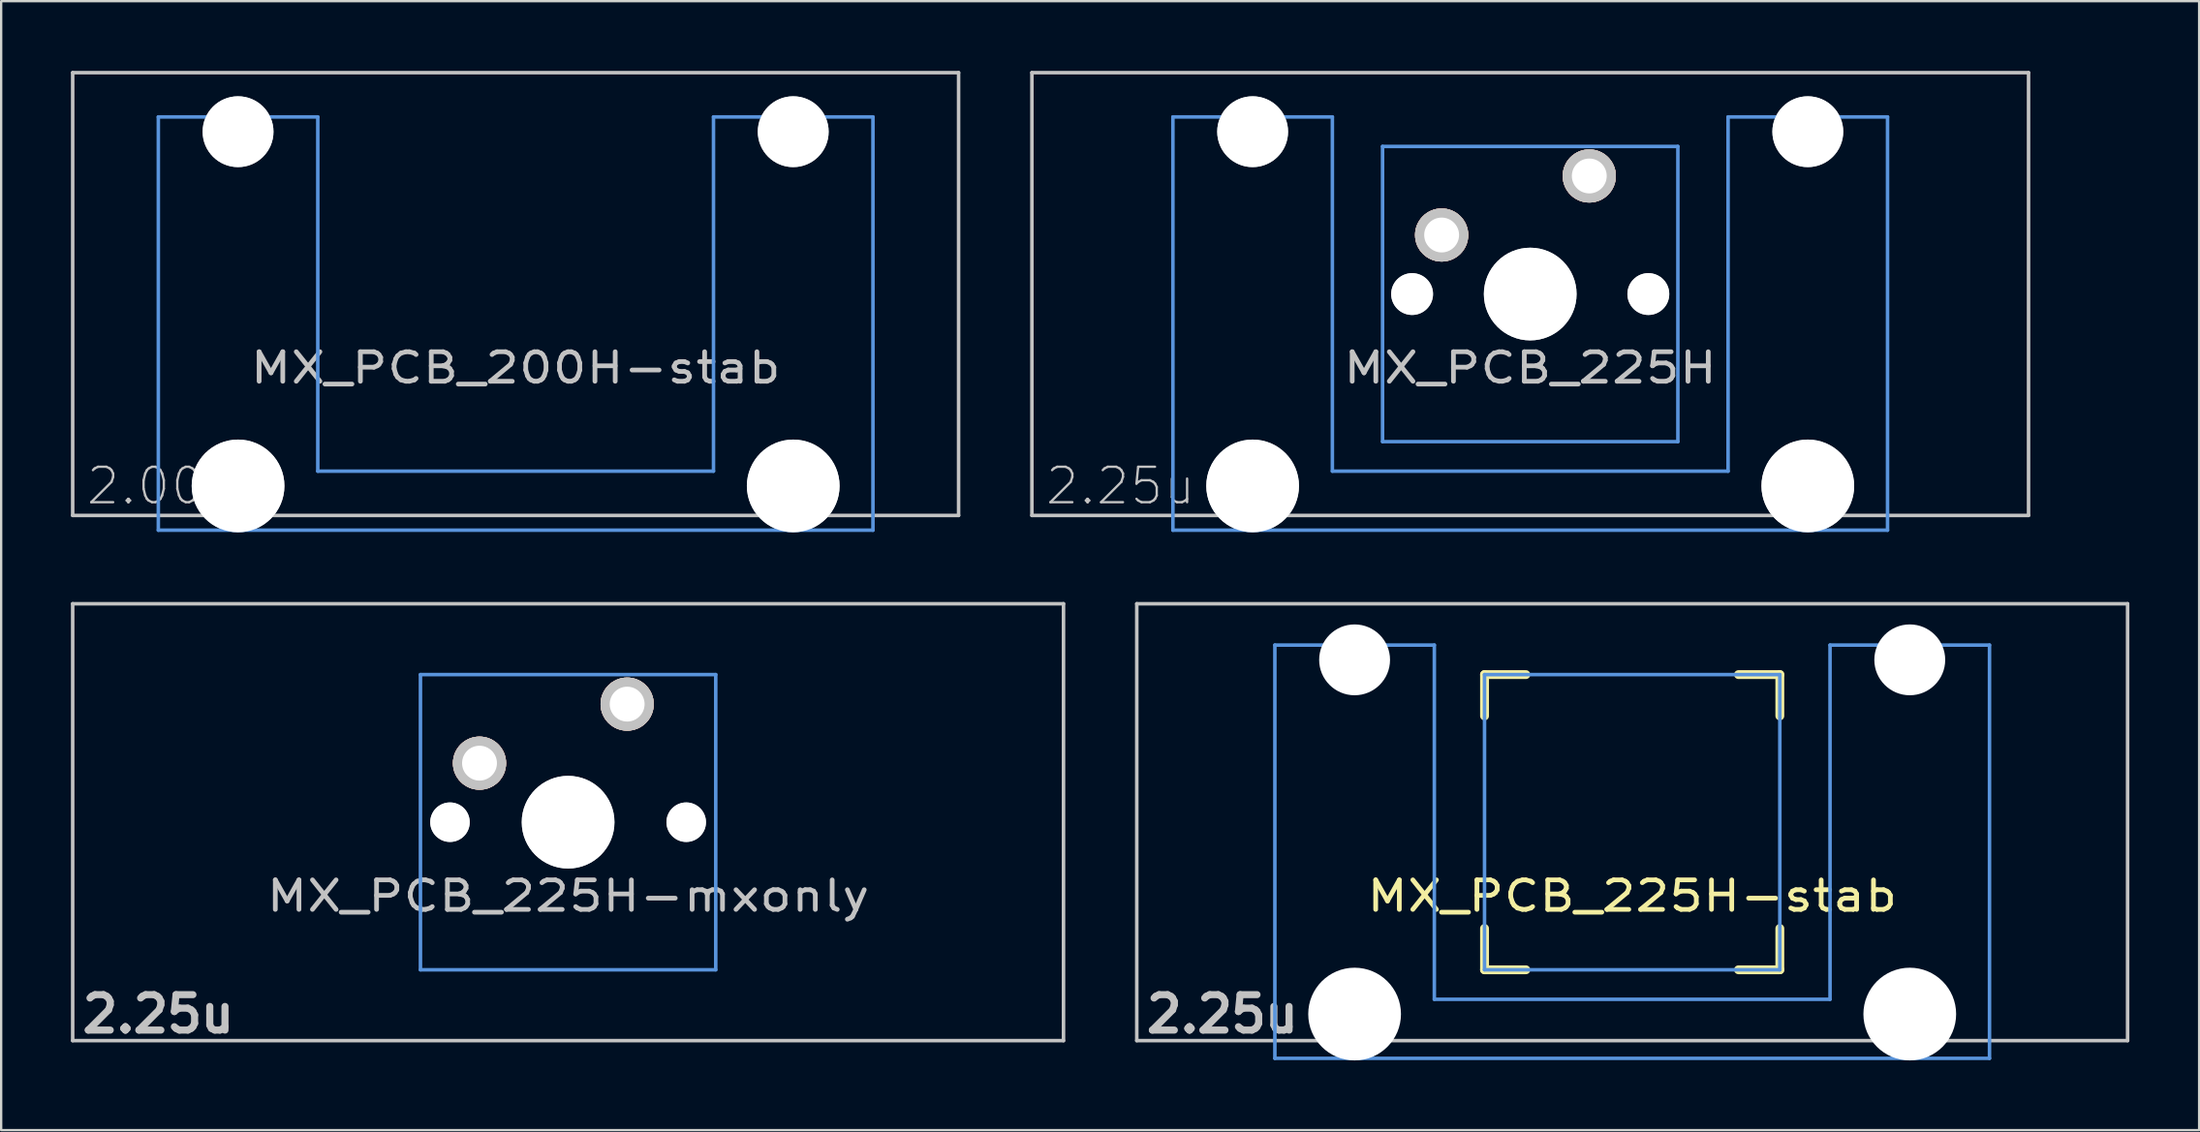
<source format=kicad_pcb>
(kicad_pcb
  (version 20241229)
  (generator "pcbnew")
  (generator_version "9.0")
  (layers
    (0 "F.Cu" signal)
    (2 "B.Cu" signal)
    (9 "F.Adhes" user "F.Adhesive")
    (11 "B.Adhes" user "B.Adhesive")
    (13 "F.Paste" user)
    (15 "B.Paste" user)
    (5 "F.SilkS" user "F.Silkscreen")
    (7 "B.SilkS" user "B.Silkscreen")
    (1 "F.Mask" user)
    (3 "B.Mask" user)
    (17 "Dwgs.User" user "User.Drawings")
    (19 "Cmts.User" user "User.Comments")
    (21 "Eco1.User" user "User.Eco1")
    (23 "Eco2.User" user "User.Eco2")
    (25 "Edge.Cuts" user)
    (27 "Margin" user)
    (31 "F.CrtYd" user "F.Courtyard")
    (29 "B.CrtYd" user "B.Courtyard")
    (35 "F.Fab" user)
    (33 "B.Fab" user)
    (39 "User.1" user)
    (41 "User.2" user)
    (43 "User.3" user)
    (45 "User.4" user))
  (footprint "MX_PCB_225H-mxonly"
    (layer "F.Cu")
    (at 21.382 32.324)
    (property "Reference" "MX_PCB_225H-mxonly" (at 0 3.175 0) (layer "Dwgs.User") (effects (font (size 1.27 1.524) (thickness 0.203))))
    (attr through_hole)
    (fp_line (start -21.306 -9.398) (end 21.306 -9.398) (stroke (width 0.152) (type solid)) (layer "Dwgs.User"))
    (fp_line (start -21.306 9.398) (end -21.306 -9.398) (stroke (width 0.152) (type solid)) (layer "Dwgs.User"))
    (fp_line (start 21.306 -9.398) (end 21.306 9.398) (stroke (width 0.152) (type solid)) (layer "Dwgs.User"))
    (fp_line (start 21.306 9.398) (end -21.306 9.398) (stroke (width 0.152) (type solid)) (layer "Dwgs.User"))
    (fp_line (start -6.35 -6.35) (end 6.35 -6.35) (stroke (width 0.152) (type solid)) (layer "Cmts.User"))
    (fp_line (start -6.35 6.35) (end -6.35 -6.35) (stroke (width 0.152) (type solid)) (layer "Cmts.User"))
    (fp_line (start 6.35 -6.35) (end 6.35 6.35) (stroke (width 0.152) (type solid)) (layer "Cmts.User"))
    (fp_line (start 6.35 6.35) (end -6.35 6.35) (stroke (width 0.152) (type solid)) (layer "Cmts.User"))
    (fp_text user "2.25u" (at -17.623 8.255 0) (layer "Dwgs.User") (effects (font (size 1.524 1.524) (thickness 0.305))))
    (pad "" np_thru_hole circle (at -5.08 0) (size 1.7 1.7) (drill 1.7) (layers "*.Cu" "Dwgs.User"))
    (pad "" np_thru_hole circle (at 0 0) (size 3.988 3.988) (drill 3.988) (layers "*.Cu" "Dwgs.User"))
    (pad "" np_thru_hole circle (at 5.08 0) (size 1.7 1.7) (drill 1.7) (layers "*.Cu" "Dwgs.User"))
    (pad "1" thru_hole circle (at 2.54 -5.08) (size 2.286 2.286) (drill 1.499) (layers "*.Cu" "*.SilkS" "*.Mask" "Dwgs.User"))
    (pad "2" thru_hole circle (at -3.81 -2.54) (size 2.286 2.286) (drill 1.499) (layers "*.Cu" "*.SilkS" "*.Mask" "Dwgs.User")))
  (footprint "MX_PCB_200H-stab"
    (layer "F.Cu")
    (at 19.126 9.601)
    (property "Reference" "MX_PCB_200H-stab" (at 0 3.175 0) (layer "Dwgs.User") (effects (font (size 1.27 1.524) (thickness 0.203))))
    (attr through_hole)
    (fp_line (start -19.05 -9.525) (end 19.05 -9.525) (stroke (width 0.152) (type solid)) (layer "Dwgs.User"))
    (fp_line (start -19.05 9.525) (end -19.05 -9.525) (stroke (width 0.152) (type solid)) (layer "Dwgs.User"))
    (fp_line (start 19.05 -9.525) (end 19.05 9.525) (stroke (width 0.152) (type solid)) (layer "Dwgs.User"))
    (fp_line (start 19.05 9.525) (end -19.05 9.525) (stroke (width 0.152) (type solid)) (layer "Dwgs.User"))
    (fp_line (start -15.367 -7.62) (end -15.367 10.16) (stroke (width 0.152) (type solid)) (layer "Cmts.User"))
    (fp_line (start -15.367 10.16) (end 15.367 10.16) (stroke (width 0.152) (type solid)) (layer "Cmts.User"))
    (fp_line (start -8.509 -7.62) (end -15.367 -7.62) (stroke (width 0.152) (type solid)) (layer "Cmts.User"))
    (fp_line (start -8.509 7.62) (end -8.509 -7.62) (stroke (width 0.152) (type solid)) (layer "Cmts.User"))
    (fp_line (start 8.509 -7.62) (end 8.509 7.62) (stroke (width 0.152) (type solid)) (layer "Cmts.User"))
    (fp_line (start 8.509 7.62) (end -8.509 7.62) (stroke (width 0.152) (type solid)) (layer "Cmts.User"))
    (fp_line (start 15.367 -7.62) (end 8.509 -7.62) (stroke (width 0.152) (type solid)) (layer "Cmts.User"))
    (fp_line (start 15.367 10.16) (end 15.367 -7.62) (stroke (width 0.152) (type solid)) (layer "Cmts.User"))
    (fp_curve (pts (xy -15.46 -7.995) (xy -15.46 -7.995) (xy -15.46 8.005) (xy -15.46 8.005)) (stroke (width 0.3) (type solid)) (layer "Eco2.User"))
    (fp_curve (pts (xy -15.46 8.005) (xy -15.46 8.555) (xy -15.01 9.005) (xy -14.46 9.005)) (stroke (width 0.3) (type solid)) (layer "Eco2.User"))
    (fp_curve (pts (xy -14.46 -8.995) (xy -15.01 -8.995) (xy -15.46 -8.545) (xy -15.46 -7.995)) (stroke (width 0.3) (type solid)) (layer "Eco2.User"))
    (fp_curve (pts (xy -14.46 9.005) (xy -14.46 9.005) (xy -9.41 9.005) (xy -9.41 9.005)) (stroke (width 0.3) (type solid)) (layer "Eco2.User"))
    (fp_curve (pts (xy -9.41 -8.995) (xy -9.41 -8.995) (xy -14.46 -8.995) (xy -14.46 -8.995)) (stroke (width 0.3) (type solid)) (layer "Eco2.User"))
    (fp_curve (pts (xy -9.41 9.005) (xy -8.86 9.005) (xy -8.41 8.555) (xy -8.41 8.005)) (stroke (width 0.3) (type solid)) (layer "Eco2.User"))
    (fp_curve (pts (xy -8.41 -7.995) (xy -8.41 -8.545) (xy -8.86 -8.995) (xy -9.41 -8.995)) (stroke (width 0.3) (type solid)) (layer "Eco2.User"))
    (fp_curve (pts (xy -8.41 8.005) (xy -8.41 8.005) (xy -8.41 -7.995) (xy -8.41 -7.995)) (stroke (width 0.3) (type solid)) (layer "Eco2.User"))
    (fp_curve (pts (xy 8.406 -7.995) (xy 8.406 -8.545) (xy 8.856 -8.995) (xy 9.406 -8.995)) (stroke (width 0.3) (type solid)) (layer "Eco2.User"))
    (fp_curve (pts (xy 8.406 8.005) (xy 8.406 8.005) (xy 8.406 -7.995) (xy 8.406 -7.995)) (stroke (width 0.3) (type solid)) (layer "Eco2.User"))
    (fp_curve (pts (xy 9.406 -8.995) (xy 9.406 -8.995) (xy 14.456 -8.995) (xy 14.456 -8.995)) (stroke (width 0.3) (type solid)) (layer "Eco2.User"))
    (fp_curve (pts (xy 9.406 9.005) (xy 8.856 9.005) (xy 8.406 8.555) (xy 8.406 8.005)) (stroke (width 0.3) (type solid)) (layer "Eco2.User"))
    (fp_curve (pts (xy 14.456 -8.995) (xy 15.006 -8.995) (xy 15.456 -8.545) (xy 15.456 -7.995)) (stroke (width 0.3) (type solid)) (layer "Eco2.User"))
    (fp_curve (pts (xy 14.456 9.005) (xy 14.456 9.005) (xy 9.406 9.005) (xy 9.406 9.005)) (stroke (width 0.3) (type solid)) (layer "Eco2.User"))
    (fp_curve (pts (xy 15.456 -7.995) (xy 15.456 -7.995) (xy 15.456 8.005) (xy 15.456 8.005)) (stroke (width 0.3) (type solid)) (layer "Eco2.User"))
    (fp_curve (pts (xy 15.456 8.005) (xy 15.456 8.555) (xy 15.006 9.005) (xy 14.456 9.005)) (stroke (width 0.3) (type solid)) (layer "Eco2.User"))
    (fp_text user "2.00u" (at -15.24 8.255 0) (layer "Dwgs.User") (effects (font (size 1.524 1.524) (thickness 0.1))))
    (pad "" np_thru_hole circle (at -11.938 -6.985) (size 3.048 3.048) (drill 3.048) (layers "*.Cu" "Dwgs.User"))
    (pad "" np_thru_hole circle (at -11.938 8.255) (size 3.988 3.988) (drill 3.988) (layers "*.Cu" "Dwgs.User"))
    (pad "" np_thru_hole circle (at 11.938 -6.985) (size 3.048 3.048) (drill 3.048) (layers "*.Cu" "Dwgs.User"))
    (pad "" np_thru_hole circle (at 11.938 8.255) (size 3.988 3.988) (drill 3.988) (layers "*.Cu" "Dwgs.User")))
  (footprint "MX_PCB_225H-stab"
    (layer "F.Cu")
    (at 67.145 32.324)
    (property "Reference" "MX_PCB_225H-stab" (at 0 3.175 0) (layer "F.SilkS") (effects (font (size 1.27 1.524) (thickness 0.203))))
    (attr through_hole)
    (fp_line (start -6.35 -6.35) (end -4.572 -6.35) (stroke (width 0.381) (type solid)) (layer "F.SilkS"))
    (fp_line (start -6.35 -4.572) (end -6.35 -6.35) (stroke (width 0.381) (type solid)) (layer "F.SilkS"))
    (fp_line (start -6.35 6.35) (end -6.35 4.572) (stroke (width 0.381) (type solid)) (layer "F.SilkS"))
    (fp_line (start -4.572 6.35) (end -6.35 6.35) (stroke (width 0.381) (type solid)) (layer "F.SilkS"))
    (fp_line (start 4.572 -6.35) (end 6.35 -6.35) (stroke (width 0.381) (type solid)) (layer "F.SilkS"))
    (fp_line (start 6.35 -6.35) (end 6.35 -4.572) (stroke (width 0.381) (type solid)) (layer "F.SilkS"))
    (fp_line (start 6.35 4.572) (end 6.35 6.35) (stroke (width 0.381) (type solid)) (layer "F.SilkS"))
    (fp_line (start 6.35 6.35) (end 4.572 6.35) (stroke (width 0.381) (type solid)) (layer "F.SilkS"))
    (fp_line (start -21.306 -9.398) (end 21.306 -9.398) (stroke (width 0.152) (type solid)) (layer "Dwgs.User"))
    (fp_line (start -21.306 9.398) (end -21.306 -9.398) (stroke (width 0.152) (type solid)) (layer "Dwgs.User"))
    (fp_line (start 21.306 -9.398) (end 21.306 9.398) (stroke (width 0.152) (type solid)) (layer "Dwgs.User"))
    (fp_line (start 21.306 9.398) (end -21.306 9.398) (stroke (width 0.152) (type solid)) (layer "Dwgs.User"))
    (fp_line (start -15.367 -7.62) (end -15.367 10.16) (stroke (width 0.152) (type solid)) (layer "Cmts.User"))
    (fp_line (start -15.367 10.16) (end 15.367 10.16) (stroke (width 0.152) (type solid)) (layer "Cmts.User"))
    (fp_line (start -8.509 -7.62) (end -15.367 -7.62) (stroke (width 0.152) (type solid)) (layer "Cmts.User"))
    (fp_line (start -8.509 7.62) (end -8.509 -7.62) (stroke (width 0.152) (type solid)) (layer "Cmts.User"))
    (fp_line (start -6.35 -6.35) (end 6.35 -6.35) (stroke (width 0.152) (type solid)) (layer "Cmts.User"))
    (fp_line (start -6.35 6.35) (end -6.35 -6.35) (stroke (width 0.152) (type solid)) (layer "Cmts.User"))
    (fp_line (start 6.35 -6.35) (end 6.35 6.35) (stroke (width 0.152) (type solid)) (layer "Cmts.User"))
    (fp_line (start 6.35 6.35) (end -6.35 6.35) (stroke (width 0.152) (type solid)) (layer "Cmts.User"))
    (fp_line (start 8.509 -7.62) (end 8.509 7.62) (stroke (width 0.152) (type solid)) (layer "Cmts.User"))
    (fp_line (start 8.509 7.62) (end -8.509 7.62) (stroke (width 0.152) (type solid)) (layer "Cmts.User"))
    (fp_line (start 15.367 -7.62) (end 8.509 -7.62) (stroke (width 0.152) (type solid)) (layer "Cmts.User"))
    (fp_line (start 15.367 10.16) (end 15.367 -7.62) (stroke (width 0.152) (type solid)) (layer "Cmts.User"))
    (fp_line (start -16.129 -2.286) (end -15.265 -2.286) (stroke (width 0.152) (type solid)) (layer "Eco2.User"))
    (fp_line (start -16.129 0.508) (end -16.129 -2.286) (stroke (width 0.152) (type solid)) (layer "Eco2.User"))
    (fp_line (start -15.265 -5.69) (end -8.611 -5.69) (stroke (width 0.152) (type solid)) (layer "Eco2.User"))
    (fp_line (start -15.265 -2.286) (end -15.265 -5.69) (stroke (width 0.152) (type solid)) (layer "Eco2.User"))
    (fp_line (start -15.265 0.508) (end -16.129 0.508) (stroke (width 0.152) (type solid)) (layer "Eco2.User"))
    (fp_line (start -15.265 6.604) (end -15.265 0.508) (stroke (width 0.152) (type solid)) (layer "Eco2.User"))
    (fp_line (start -14.224 6.604) (end -15.265 6.604) (stroke (width 0.152) (type solid)) (layer "Eco2.User"))
    (fp_line (start -14.224 7.772) (end -14.224 6.604) (stroke (width 0.152) (type solid)) (layer "Eco2.User"))
    (fp_line (start -9.652 6.604) (end -9.652 7.772) (stroke (width 0.152) (type solid)) (layer "Eco2.User"))
    (fp_line (start -9.652 7.772) (end -14.224 7.772) (stroke (width 0.152) (type solid)) (layer "Eco2.User"))
    (fp_line (start -8.611 -5.69) (end -8.611 -4.877) (stroke (width 0.152) (type solid)) (layer "Eco2.User"))
    (fp_line (start -8.611 -4.877) (end -6.985 -4.877) (stroke (width 0.152) (type solid)) (layer "Eco2.User"))
    (fp_line (start -8.611 5.817) (end -8.611 6.604) (stroke (width 0.152) (type solid)) (layer "Eco2.User"))
    (fp_line (start -8.611 6.604) (end -9.652 6.604) (stroke (width 0.152) (type solid)) (layer "Eco2.User"))
    (fp_line (start -6.985 -6.985) (end 6.985 -6.985) (stroke (width 0.152) (type solid)) (layer "Eco2.User"))
    (fp_line (start -6.985 -4.877) (end -6.985 -6.985) (stroke (width 0.152) (type solid)) (layer "Eco2.User"))
    (fp_line (start -6.985 5.817) (end -8.611 5.817) (stroke (width 0.152) (type solid)) (layer "Eco2.User"))
    (fp_line (start -6.985 6.985) (end -6.985 5.817) (stroke (width 0.152) (type solid)) (layer "Eco2.User"))
    (fp_line (start 6.985 -6.985) (end 6.985 -4.877) (stroke (width 0.152) (type solid)) (layer "Eco2.User"))
    (fp_line (start 6.985 -4.877) (end 8.611 -4.877) (stroke (width 0.152) (type solid)) (layer "Eco2.User"))
    (fp_line (start 6.985 5.817) (end 6.985 6.985) (stroke (width 0.152) (type solid)) (layer "Eco2.User"))
    (fp_line (start 6.985 6.985) (end -6.985 6.985) (stroke (width 0.152) (type solid)) (layer "Eco2.User"))
    (fp_line (start 8.611 -5.69) (end 15.265 -5.69) (stroke (width 0.152) (type solid)) (layer "Eco2.User"))
    (fp_line (start 8.611 -4.877) (end 8.611 -5.69) (stroke (width 0.152) (type solid)) (layer "Eco2.User"))
    (fp_line (start 8.611 5.817) (end 6.985 5.817) (stroke (width 0.152) (type solid)) (layer "Eco2.User"))
    (fp_line (start 8.611 6.604) (end 8.611 5.817) (stroke (width 0.152) (type solid)) (layer "Eco2.User"))
    (fp_line (start 9.652 6.604) (end 8.611 6.604) (stroke (width 0.152) (type solid)) (layer "Eco2.User"))
    (fp_line (start 9.652 7.772) (end 9.652 6.604) (stroke (width 0.152) (type solid)) (layer "Eco2.User"))
    (fp_line (start 14.224 6.604) (end 14.224 7.772) (stroke (width 0.152) (type solid)) (layer "Eco2.User"))
    (fp_line (start 14.224 7.772) (end 9.652 7.772) (stroke (width 0.152) (type solid)) (layer "Eco2.User"))
    (fp_line (start 15.265 -5.69) (end 15.265 -2.286) (stroke (width 0.152) (type solid)) (layer "Eco2.User"))
    (fp_line (start 15.265 -2.286) (end 16.129 -2.286) (stroke (width 0.152) (type solid)) (layer "Eco2.User"))
    (fp_line (start 15.265 0.508) (end 15.265 6.604) (stroke (width 0.152) (type solid)) (layer "Eco2.User"))
    (fp_line (start 15.265 6.604) (end 14.224 6.604) (stroke (width 0.152) (type solid)) (layer "Eco2.User"))
    (fp_line (start 16.129 -2.286) (end 16.129 0.508) (stroke (width 0.152) (type solid)) (layer "Eco2.User"))
    (fp_line (start 16.129 0.508) (end 15.265 0.508) (stroke (width 0.152) (type solid)) (layer "Eco2.User"))
    (fp_text user "2.25u" (at -17.623 8.255 0) (layer "Dwgs.User") (effects (font (size 1.524 1.524) (thickness 0.305))))
    (pad "" np_thru_hole circle (at -11.938 -6.985) (size 3.048 3.048) (drill 3.048) (layers "*.Cu"))
    (pad "" np_thru_hole circle (at -11.938 8.255) (size 3.988 3.988) (drill 3.988) (layers "*.Cu"))
    (pad "" np_thru_hole circle (at 11.938 -6.985) (size 3.048 3.048) (drill 3.048) (layers "*.Cu"))
    (pad "" np_thru_hole circle (at 11.938 8.255) (size 3.988 3.988) (drill 3.988) (layers "*.Cu")))
  (footprint "MX_PCB_225H"
    (layer "F.Cu")
    (at 62.76 9.601)
    (property "Reference" "MX_PCB_225H" (at 0 3.175 0) (layer "Dwgs.User") (effects (font (size 1.27 1.524) (thickness 0.203))))
    (attr through_hole)
    (fp_line (start -21.431 -9.525) (end 21.431 -9.525) (stroke (width 0.152) (type solid)) (layer "Dwgs.User"))
    (fp_line (start -21.431 9.525) (end -21.431 -9.525) (stroke (width 0.152) (type solid)) (layer "Dwgs.User"))
    (fp_line (start 21.431 -9.525) (end 21.431 9.525) (stroke (width 0.152) (type solid)) (layer "Dwgs.User"))
    (fp_line (start 21.431 9.525) (end -21.431 9.525) (stroke (width 0.152) (type solid)) (layer "Dwgs.User"))
    (fp_line (start -15.367 -7.62) (end -15.367 10.16) (stroke (width 0.152) (type solid)) (layer "Cmts.User"))
    (fp_line (start -15.367 10.16) (end 15.367 10.16) (stroke (width 0.152) (type solid)) (layer "Cmts.User"))
    (fp_line (start -8.509 -7.62) (end -15.367 -7.62) (stroke (width 0.152) (type solid)) (layer "Cmts.User"))
    (fp_line (start -8.509 7.62) (end -8.509 -7.62) (stroke (width 0.152) (type solid)) (layer "Cmts.User"))
    (fp_line (start -6.35 -6.35) (end 6.35 -6.35) (stroke (width 0.152) (type solid)) (layer "Cmts.User"))
    (fp_line (start -6.35 6.35) (end -6.35 -6.35) (stroke (width 0.152) (type solid)) (layer "Cmts.User"))
    (fp_line (start 6.35 -6.35) (end 6.35 6.35) (stroke (width 0.152) (type solid)) (layer "Cmts.User"))
    (fp_line (start 6.35 6.35) (end -6.35 6.35) (stroke (width 0.152) (type solid)) (layer "Cmts.User"))
    (fp_line (start 8.509 -7.62) (end 8.509 7.62) (stroke (width 0.152) (type solid)) (layer "Cmts.User"))
    (fp_line (start 8.509 7.62) (end -8.509 7.62) (stroke (width 0.152) (type solid)) (layer "Cmts.User"))
    (fp_line (start 15.367 -7.62) (end 8.509 -7.62) (stroke (width 0.152) (type solid)) (layer "Cmts.User"))
    (fp_line (start 15.367 10.16) (end 15.367 -7.62) (stroke (width 0.152) (type solid)) (layer "Cmts.User"))
    (fp_curve (pts (xy -15.46 -7.995) (xy -15.46 -7.995) (xy -15.46 8.005) (xy -15.46 8.005)) (stroke (width 0.3) (type solid)) (layer "Eco2.User"))
    (fp_curve (pts (xy -15.46 8.005) (xy -15.46 8.555) (xy -15.01 9.005) (xy -14.46 9.005)) (stroke (width 0.3) (type solid)) (layer "Eco2.User"))
    (fp_curve (pts (xy -14.46 -8.995) (xy -15.01 -8.995) (xy -15.46 -8.545) (xy -15.46 -7.995)) (stroke (width 0.3) (type solid)) (layer "Eco2.User"))
    (fp_curve (pts (xy -14.46 9.005) (xy -14.46 9.005) (xy -9.41 9.005) (xy -9.41 9.005)) (stroke (width 0.3) (type solid)) (layer "Eco2.User"))
    (fp_curve (pts (xy -9.41 -8.995) (xy -9.41 -8.995) (xy -14.46 -8.995) (xy -14.46 -8.995)) (stroke (width 0.3) (type solid)) (layer "Eco2.User"))
    (fp_curve (pts (xy -9.41 9.005) (xy -8.86 9.005) (xy -8.41 8.555) (xy -8.41 8.005)) (stroke (width 0.3) (type solid)) (layer "Eco2.User"))
    (fp_curve (pts (xy -8.41 -7.995) (xy -8.41 -8.545) (xy -8.86 -8.995) (xy -9.41 -8.995)) (stroke (width 0.3) (type solid)) (layer "Eco2.User"))
    (fp_curve (pts (xy -8.41 8.005) (xy -8.41 8.005) (xy -8.41 -7.995) (xy -8.41 -7.995)) (stroke (width 0.3) (type solid)) (layer "Eco2.User"))
    (fp_curve (pts (xy -7 -6.001) (xy -7 -6.551) (xy -6.55 -7.001) (xy -6 -7.001)) (stroke (width 0.3) (type solid)) (layer "Eco2.User"))
    (fp_curve (pts (xy -7 5.999) (xy -7 5.999) (xy -7 -6.001) (xy -7 -6.001)) (stroke (width 0.3) (type solid)) (layer "Eco2.User"))
    (fp_curve (pts (xy -6 -7.001) (xy -6 -7.001) (xy 6 -7.001) (xy 6 -7.001)) (stroke (width 0.3) (type solid)) (layer "Eco2.User"))
    (fp_curve (pts (xy -6 6.999) (xy -6.55 6.999) (xy -7 6.549) (xy -7 5.999)) (stroke (width 0.3) (type solid)) (layer "Eco2.User"))
    (fp_curve (pts (xy 6 -7.001) (xy 6.55 -7.001) (xy 7 -6.551) (xy 7 -6.001)) (stroke (width 0.3) (type solid)) (layer "Eco2.User"))
    (fp_curve (pts (xy 6 6.999) (xy 6 6.999) (xy -6 6.999) (xy -6 6.999)) (stroke (width 0.3) (type solid)) (layer "Eco2.User"))
    (fp_curve (pts (xy 7 -6.001) (xy 7 -6.001) (xy 7 5.999) (xy 7 5.999)) (stroke (width 0.3) (type solid)) (layer "Eco2.User"))
    (fp_curve (pts (xy 7 5.999) (xy 7 6.549) (xy 6.55 6.999) (xy 6 6.999)) (stroke (width 0.3) (type solid)) (layer "Eco2.User"))
    (fp_curve (pts (xy 8.406 -7.995) (xy 8.406 -8.545) (xy 8.856 -8.995) (xy 9.406 -8.995)) (stroke (width 0.3) (type solid)) (layer "Eco2.User"))
    (fp_curve (pts (xy 8.406 8.005) (xy 8.406 8.005) (xy 8.406 -7.995) (xy 8.406 -7.995)) (stroke (width 0.3) (type solid)) (layer "Eco2.User"))
    (fp_curve (pts (xy 9.406 -8.995) (xy 9.406 -8.995) (xy 14.456 -8.995) (xy 14.456 -8.995)) (stroke (width 0.3) (type solid)) (layer "Eco2.User"))
    (fp_curve (pts (xy 9.406 9.005) (xy 8.856 9.005) (xy 8.406 8.555) (xy 8.406 8.005)) (stroke (width 0.3) (type solid)) (layer "Eco2.User"))
    (fp_curve (pts (xy 14.456 -8.995) (xy 15.006 -8.995) (xy 15.456 -8.545) (xy 15.456 -7.995)) (stroke (width 0.3) (type solid)) (layer "Eco2.User"))
    (fp_curve (pts (xy 14.456 9.005) (xy 14.456 9.005) (xy 9.406 9.005) (xy 9.406 9.005)) (stroke (width 0.3) (type solid)) (layer "Eco2.User"))
    (fp_curve (pts (xy 15.456 -7.995) (xy 15.456 -7.995) (xy 15.456 8.005) (xy 15.456 8.005)) (stroke (width 0.3) (type solid)) (layer "Eco2.User"))
    (fp_curve (pts (xy 15.456 8.005) (xy 15.456 8.555) (xy 15.006 9.005) (xy 14.456 9.005)) (stroke (width 0.3) (type solid)) (layer "Eco2.User"))
    (fp_text user "2.25u" (at -17.623 8.255 0) (layer "Dwgs.User") (effects (font (size 1.524 1.524) (thickness 0.1))))
    (pad "" np_thru_hole circle (at -11.938 -6.985) (size 3.048 3.048) (drill 3.048) (layers "*.Cu" "Dwgs.User"))
    (pad "" np_thru_hole circle (at -11.938 8.255) (size 3.988 3.988) (drill 3.988) (layers "*.Cu" "Dwgs.User"))
    (pad "" np_thru_hole circle (at -5.08 0) (size 1.8 1.8) (drill 1.8) (layers "*.Cu" "Dwgs.User"))
    (pad "" np_thru_hole circle (at 0 0) (size 3.988 3.988) (drill 3.988) (layers "*.Cu" "Dwgs.User"))
    (pad "" np_thru_hole circle (at 5.08 0) (size 1.8 1.8) (drill 1.8) (layers "*.Cu" "Dwgs.User"))
    (pad "" np_thru_hole circle (at 11.938 -6.985) (size 3.048 3.048) (drill 3.048) (layers "*.Cu" "Dwgs.User"))
    (pad "" np_thru_hole circle (at 11.938 8.255) (size 3.988 3.988) (drill 3.988) (layers "*.Cu" "Dwgs.User"))
    (pad "1" thru_hole circle (at 2.54 -5.08) (size 2.286 2.286) (drill 1.499) (layers "*.Cu" "*.SilkS" "*.Mask" "Dwgs.User"))
    (pad "2" thru_hole circle (at -3.81 -2.54) (size 2.286 2.286) (drill 1.499) (layers "*.Cu" "*.SilkS" "*.Mask" "Dwgs.User")))
  (gr_rect
    (start -3 -3)
    (end 91.527 45.573)
    (stroke (width 0.1) (type default))
    (fill no)
    (layer "Edge.Cuts")))
</source>
